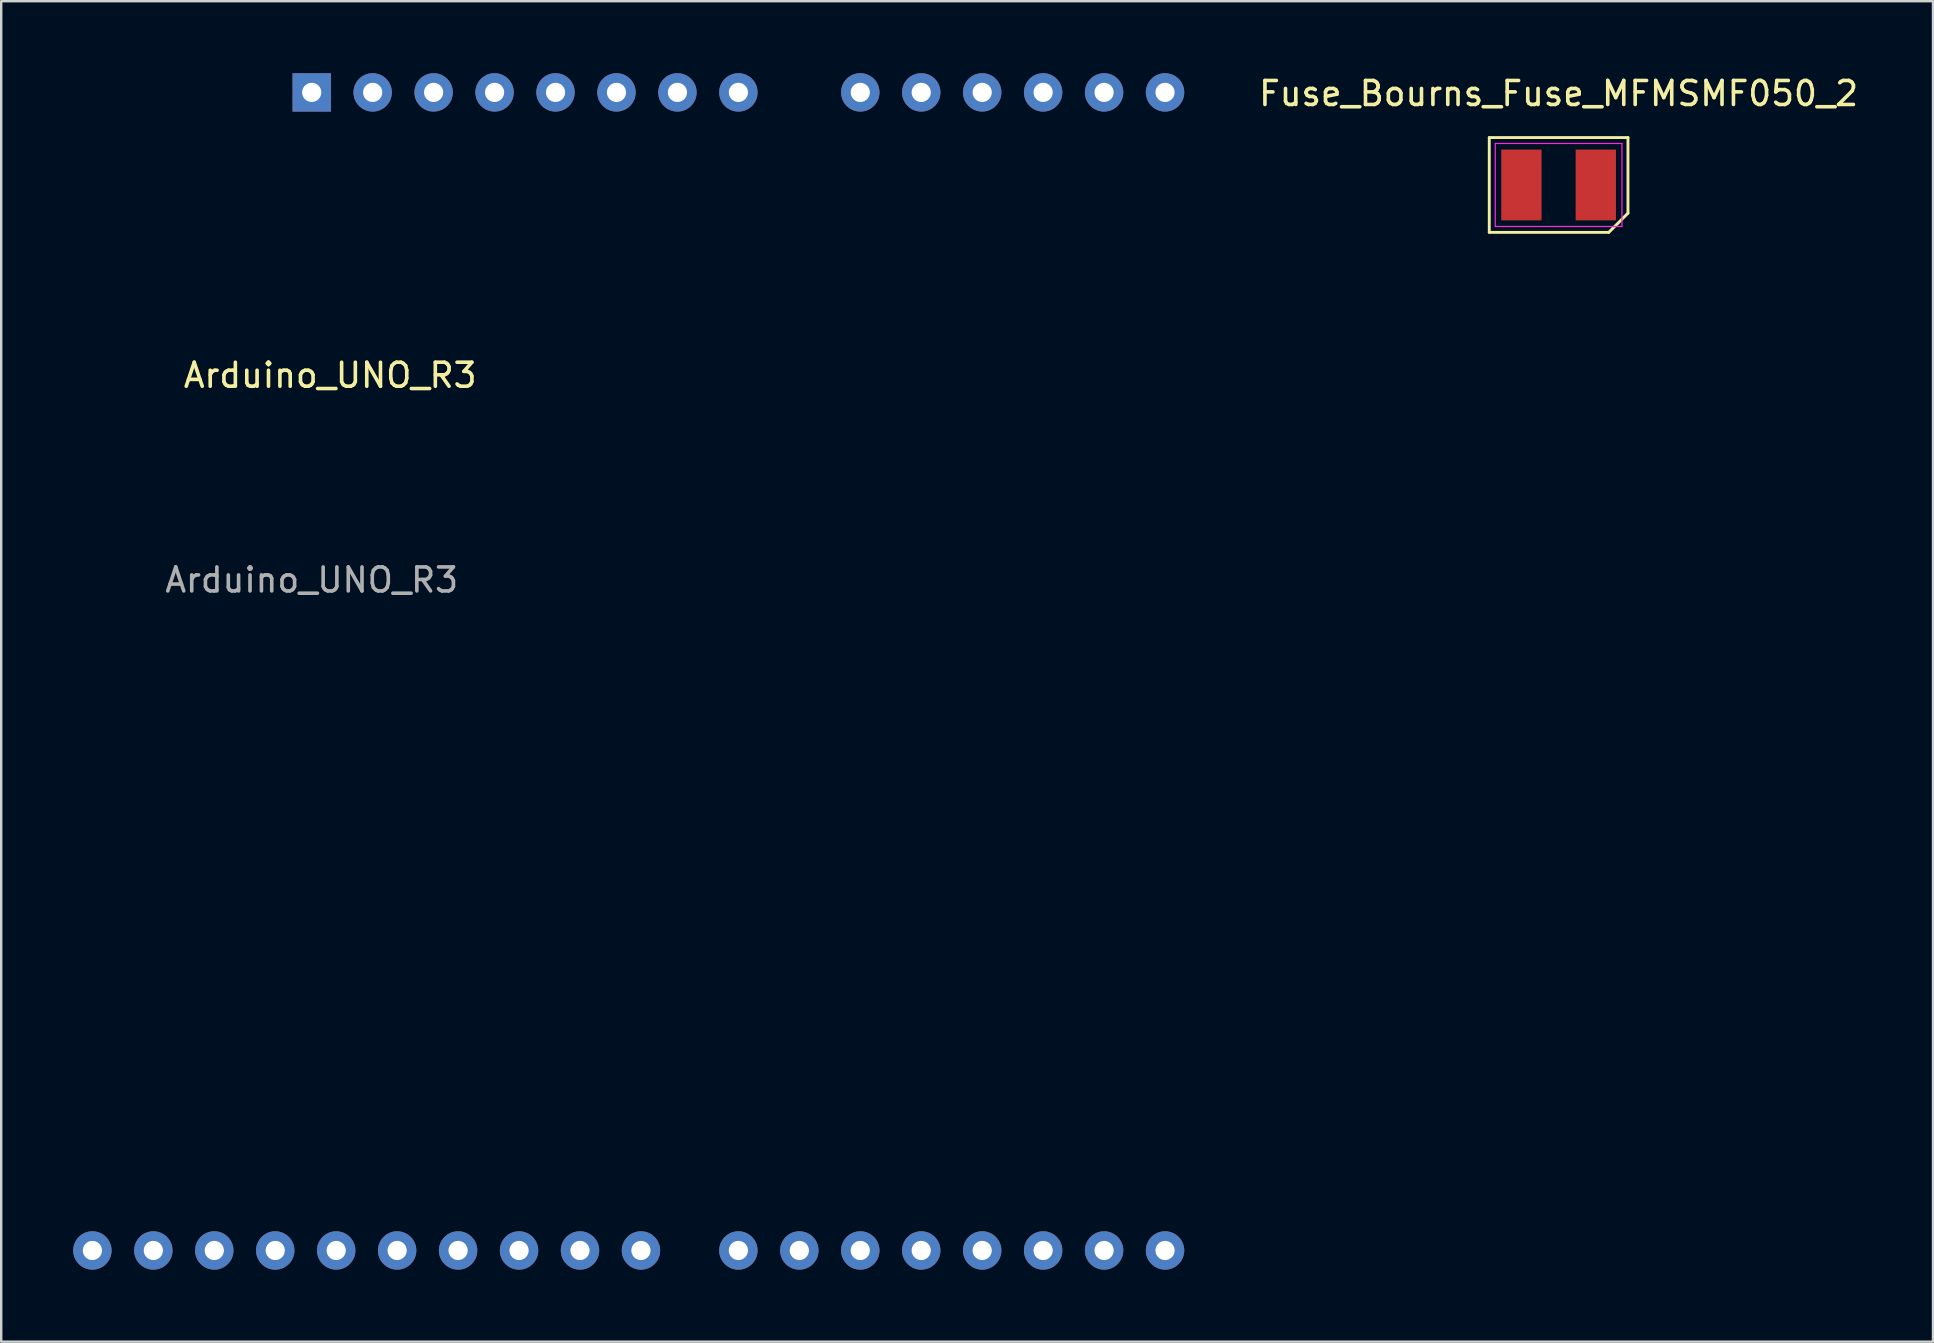
<source format=kicad_pcb>
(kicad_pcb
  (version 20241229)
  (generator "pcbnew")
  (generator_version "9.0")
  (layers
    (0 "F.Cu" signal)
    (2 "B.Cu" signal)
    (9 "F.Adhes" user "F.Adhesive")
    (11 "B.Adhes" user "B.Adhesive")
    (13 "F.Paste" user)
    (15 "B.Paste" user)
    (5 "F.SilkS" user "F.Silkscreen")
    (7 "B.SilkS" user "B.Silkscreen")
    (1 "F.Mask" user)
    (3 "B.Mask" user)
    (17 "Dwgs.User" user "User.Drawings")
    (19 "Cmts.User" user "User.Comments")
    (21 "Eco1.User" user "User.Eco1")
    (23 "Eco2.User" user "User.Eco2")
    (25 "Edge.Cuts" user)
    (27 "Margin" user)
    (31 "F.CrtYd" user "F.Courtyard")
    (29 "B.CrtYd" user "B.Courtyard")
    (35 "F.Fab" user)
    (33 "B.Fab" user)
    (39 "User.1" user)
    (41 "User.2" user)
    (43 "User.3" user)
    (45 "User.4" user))
  (footprint "Fuse_Bourns_Fuse_MFMSMF050_2"
    (layer "F.Cu")
    (at 61.901 4.658)
    (property "Reference" "Fuse_Bourns_Fuse_MFMSMF050_2" (at 0 -3.81 180) (layer "F.SilkS") (effects (font (size 1 1) (thickness 0.15))))
    (attr smd)
    (fp_line (start -2.89 -1.975) (end 2.89 -1.975) (stroke (width 0.12) (type solid)) (layer "F.SilkS"))
    (fp_line (start -2.89 1.975) (end -2.89 -1.975) (stroke (width 0.12) (type solid)) (layer "F.SilkS"))
    (fp_line (start 2.09 1.975) (end -2.89 1.975) (stroke (width 0.12) (type solid)) (layer "F.SilkS"))
    (fp_line (start 2.89 -1.975) (end 2.89 1.175) (stroke (width 0.12) (type solid)) (layer "F.SilkS"))
    (fp_line (start 2.89 1.175) (end 2.09 1.975) (stroke (width 0.12) (type solid)) (layer "F.SilkS"))
    (fp_line (start -2.64 -1.73) (end 2.64 -1.73) (stroke (width 0.05) (type solid)) (layer "F.CrtYd"))
    (fp_line (start -2.64 1.73) (end -2.64 -1.73) (stroke (width 0.05) (type solid)) (layer "F.CrtYd"))
    (fp_line (start 2.64 -1.73) (end 2.64 1.73) (stroke (width 0.05) (type solid)) (layer "F.CrtYd"))
    (fp_line (start 2.64 1.73) (end -2.64 1.73) (stroke (width 0.05) (type solid)) (layer "F.CrtYd"))
    (pad "1" smd rect (at 1.55 0 90) (size 2.95 1.68) (layers "F.Cu" "F.Mask" "F.Paste"))
    (pad "2" smd rect (at -1.55 0 90) (size 2.95 1.68) (layers "F.Cu" "F.Mask" "F.Paste")))
  (footprint "Arduino_UNO_R3"
    (layer "F.Cu")
    (at 9.94 0.8)
    (property "Reference" "Arduino_UNO_R3" (at 0.77 11.79 180) (layer "F.SilkS") (effects (font (size 1 1) (thickness 0.15))))
    (attr through_hole)
    (fp_text user "${REFERENCE}" (at 0 20.32 180) (layer "F.Fab") (effects (font (size 1 1) (thickness 0.15))))
    (pad "1" thru_hole rect (at 0 0 90) (size 1.6 1.6) (drill 0.8) (layers "*.Cu" "*.Mask"))
    (pad "2" thru_hole oval (at 2.54 0 90) (size 1.6 1.6) (drill 0.8) (layers "*.Cu" "*.Mask"))
    (pad "3" thru_hole oval (at 5.08 0 90) (size 1.6 1.6) (drill 0.8) (layers "*.Cu" "*.Mask"))
    (pad "4" thru_hole oval (at 7.62 0 90) (size 1.6 1.6) (drill 0.8) (layers "*.Cu" "*.Mask"))
    (pad "5" thru_hole oval (at 10.16 0 90) (size 1.6 1.6) (drill 0.8) (layers "*.Cu" "*.Mask"))
    (pad "6" thru_hole oval (at 12.7 0 90) (size 1.6 1.6) (drill 0.8) (layers "*.Cu" "*.Mask"))
    (pad "7" thru_hole oval (at 15.24 0 90) (size 1.6 1.6) (drill 0.8) (layers "*.Cu" "*.Mask"))
    (pad "8" thru_hole oval (at 17.78 0 90) (size 1.6 1.6) (drill 0.8) (layers "*.Cu" "*.Mask"))
    (pad "9" thru_hole oval (at 22.86 0 90) (size 1.6 1.6) (drill 0.8) (layers "*.Cu" "*.Mask"))
    (pad "10" thru_hole oval (at 25.4 0 90) (size 1.6 1.6) (drill 0.8) (layers "*.Cu" "*.Mask"))
    (pad "11" thru_hole oval (at 27.94 0 90) (size 1.6 1.6) (drill 0.8) (layers "*.Cu" "*.Mask"))
    (pad "12" thru_hole oval (at 30.48 0 90) (size 1.6 1.6) (drill 0.8) (layers "*.Cu" "*.Mask"))
    (pad "13" thru_hole oval (at 33.02 0 90) (size 1.6 1.6) (drill 0.8) (layers "*.Cu" "*.Mask"))
    (pad "14" thru_hole oval (at 35.56 0 90) (size 1.6 1.6) (drill 0.8) (layers "*.Cu" "*.Mask"))
    (pad "15" thru_hole oval (at 35.56 48.26 90) (size 1.6 1.6) (drill 0.8) (layers "*.Cu" "*.Mask"))
    (pad "16" thru_hole oval (at 33.02 48.26 90) (size 1.6 1.6) (drill 0.8) (layers "*.Cu" "*.Mask"))
    (pad "17" thru_hole oval (at 30.48 48.26 90) (size 1.6 1.6) (drill 0.8) (layers "*.Cu" "*.Mask"))
    (pad "18" thru_hole oval (at 27.94 48.26 90) (size 1.6 1.6) (drill 0.8) (layers "*.Cu" "*.Mask"))
    (pad "19" thru_hole oval (at 25.4 48.26 90) (size 1.6 1.6) (drill 0.8) (layers "*.Cu" "*.Mask"))
    (pad "20" thru_hole oval (at 22.86 48.26 90) (size 1.6 1.6) (drill 0.8) (layers "*.Cu" "*.Mask"))
    (pad "21" thru_hole oval (at 20.32 48.26 90) (size 1.6 1.6) (drill 0.8) (layers "*.Cu" "*.Mask"))
    (pad "22" thru_hole oval (at 17.78 48.26 90) (size 1.6 1.6) (drill 0.8) (layers "*.Cu" "*.Mask"))
    (pad "23" thru_hole oval (at 13.72 48.26 90) (size 1.6 1.6) (drill 0.8) (layers "*.Cu" "*.Mask"))
    (pad "24" thru_hole oval (at 11.18 48.26 90) (size 1.6 1.6) (drill 0.8) (layers "*.Cu" "*.Mask"))
    (pad "25" thru_hole oval (at 8.64 48.26 90) (size 1.6 1.6) (drill 0.8) (layers "*.Cu" "*.Mask"))
    (pad "26" thru_hole oval (at 6.1 48.26 90) (size 1.6 1.6) (drill 0.8) (layers "*.Cu" "*.Mask"))
    (pad "27" thru_hole oval (at 3.56 48.26 90) (size 1.6 1.6) (drill 0.8) (layers "*.Cu" "*.Mask"))
    (pad "28" thru_hole oval (at 1.02 48.26 90) (size 1.6 1.6) (drill 0.8) (layers "*.Cu" "*.Mask"))
    (pad "29" thru_hole oval (at -1.52 48.26 90) (size 1.6 1.6) (drill 0.8) (layers "*.Cu" "*.Mask"))
    (pad "30" thru_hole oval (at -4.06 48.26 90) (size 1.6 1.6) (drill 0.8) (layers "*.Cu" "*.Mask"))
    (pad "31" thru_hole oval (at -6.6 48.26 90) (size 1.6 1.6) (drill 0.8) (layers "*.Cu" "*.Mask"))
    (pad "32" thru_hole oval (at -9.14 48.26 90) (size 1.6 1.6) (drill 0.8) (layers "*.Cu" "*.Mask")))
  (gr_rect
    (start -3 -3)
    (end 77.502 52.86)
    (stroke (width 0.1) (type default))
    (fill no)
    (layer "Edge.Cuts")))
</source>
